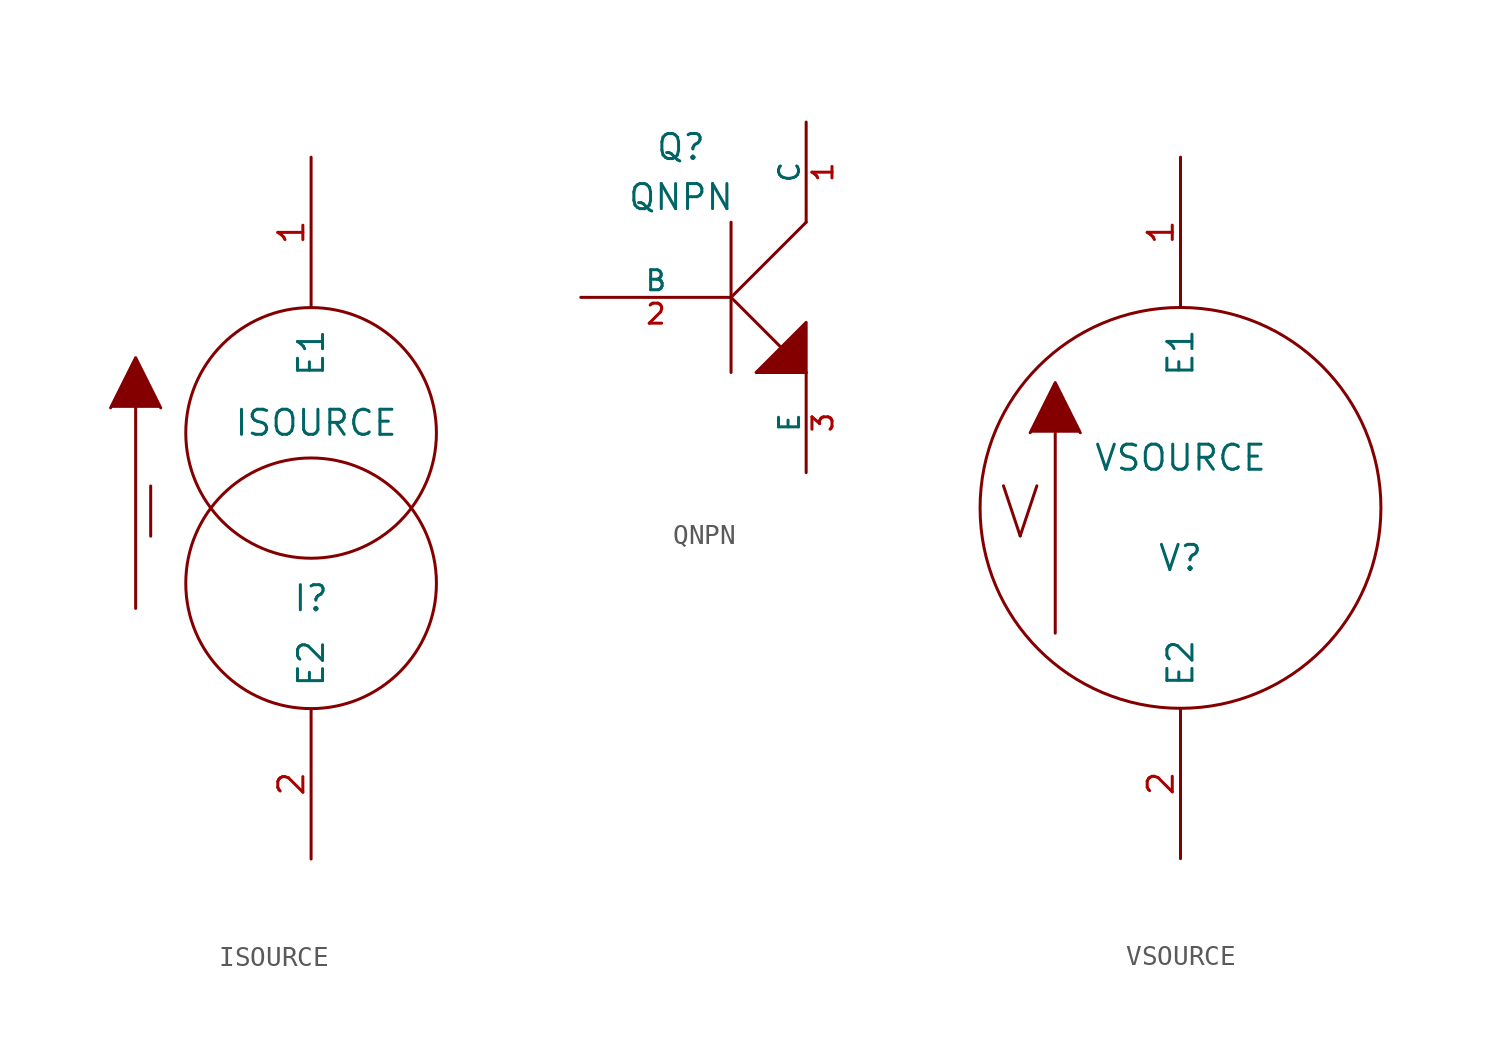
<source format=kicad_sym>
(kicad_symbol_lib
  (version 20220331)
  (generator kicad_symbol_editor)
  (symbol "ISOURCE"
    (pin_names
      (offset 1.016))
    (property "Reference" "I"
      (at 0 -4.572 0)
      (effects (font (size 1.27 1.27))))
    (property "Value" "ISOURCE"
      (at 0.254 4.318 0)
      (effects (font (size 1.27 1.27))))
    (property "Footprint" ""
      (at 0 0 0)
      (effects (font (size 1.27 1.27))))
    (property "Datasheet" ""
      (at 0 0 0)
      (effects (font (size 1.27 1.27))))
    (symbol "ISOURCE_0_1"
      (circle (center 0 -3.81) (radius 6.35) (stroke (width 0) (type default)) (fill (type none)))
      (polyline (pts (xy -8.89 -5.08) (xy -8.89 5.08)) (stroke (width 0) (type default)) (fill (type outline)))
      (polyline (pts (xy -10.16 5.08) (xy -8.89 7.62) (xy -7.62 5.08)) (stroke (width 0) (type default)) (fill (type outline)))
      (circle (center 0 3.81) (radius 6.35) (stroke (width 0) (type default)) (fill (type none)))
      (text "I" (at -8.128 -0.254 0) (effects (font (size 2.54 2.54)))))
    (symbol "ISOURCE_1_1"
      (pin input line (at 0 17.78 270) (length 7.62) (name "E1" (effects (font (size 1.27 1.27)))) (number "1" (effects (font (size 1.27 1.27)))))
      (pin input line (at 0 -17.78 90) (length 7.62) (name "E2" (effects (font (size 1.27 1.27)))) (number "2" (effects (font (size 1.27 1.27)))))))
  (symbol "QNPN"
    (pin_names
      (offset 0))
    (property "Reference" "Q"
      (at -2.54 7.62 0)
      (effects (font (size 1.27 1.27))))
    (property "Value" "QNPN"
      (at -2.54 5.08 0)
      (effects (font (size 1.27 1.27))))
    (property "Footprint" ""
      (at 0 0 0)
      (effects (font (size 1.27 1.27))))
    (property "Datasheet" ""
      (at 0 0 0)
      (effects (font (size 1.27 1.27))))
    (symbol "QNPN_0_0"
      (polyline (pts (xy 0 0) (xy 3.81 -3.81)) (stroke (width 0) (type default)) (fill (type none)))
      (polyline (pts (xy 3.81 -3.81) (xy 3.81 -1.27) (xy 1.27 -3.81) (xy 3.81 -3.81)) (stroke (width 0) (type default)) (fill (type outline))))
    (symbol "QNPN_0_1"
      (polyline (pts (xy 0 -3.81) (xy 0 3.81)) (stroke (width 0) (type default)) (fill (type none)))
      (polyline (pts (xy 0 0) (xy 3.81 3.81)) (stroke (width 0) (type default)) (fill (type none))))
    (symbol "QNPN_1_1"
      (pin passive line (at 3.81 8.89 270) (length 5.08) (name "C" (effects (font (size 1.016 1.016)))) (number "1" (effects (font (size 1.016 1.016)))))
      (pin input line (at -7.62 0 0) (length 7.62) (name "B" (effects (font (size 1.016 1.016)))) (number "2" (effects (font (size 1.016 1.016)))))
      (pin passive line (at 3.81 -8.89 90) (length 5.08) (name "E" (effects (font (size 1.016 1.016)))) (number "3" (effects (font (size 1.016 1.016)))))))
  (symbol "VSOURCE"
    (pin_names
      (offset 1.016))
    (property "Reference" "V"
      (at 0 -2.54 0)
      (effects (font (size 1.27 1.27))))
    (property "Value" "VSOURCE"
      (at 0 2.54 0)
      (effects (font (size 1.27 1.27))))
    (property "Footprint" ""
      (at 0 0 0)
      (effects (font (size 1.27 1.27))))
    (property "Datasheet" ""
      (at 0 0 0)
      (effects (font (size 1.27 1.27))))
    (symbol "VSOURCE_0_1"
      (polyline (pts (xy -6.35 -6.35) (xy -6.35 3.81)) (stroke (width 0) (type default)) (fill (type outline)))
      (polyline (pts (xy -7.62 3.81) (xy -6.35 6.35) (xy -5.08 3.81)) (stroke (width 0) (type default)) (fill (type outline)))
      (circle (center 0 0) (radius 10.16) (stroke (width 0) (type default)) (fill (type none)))
      (text "V" (at -8.128 -0.254 0) (effects (font (size 2.54 2.54)))))
    (symbol "VSOURCE_1_1"
      (pin input line (at 0 17.78 270) (length 7.62) (name "E1" (effects (font (size 1.27 1.27)))) (number "1" (effects (font (size 1.27 1.27)))))
      (pin input line (at 0 -17.78 90) (length 7.62) (name "E2" (effects (font (size 1.27 1.27)))) (number "2" (effects (font (size 1.27 1.27))))))))
</source>
